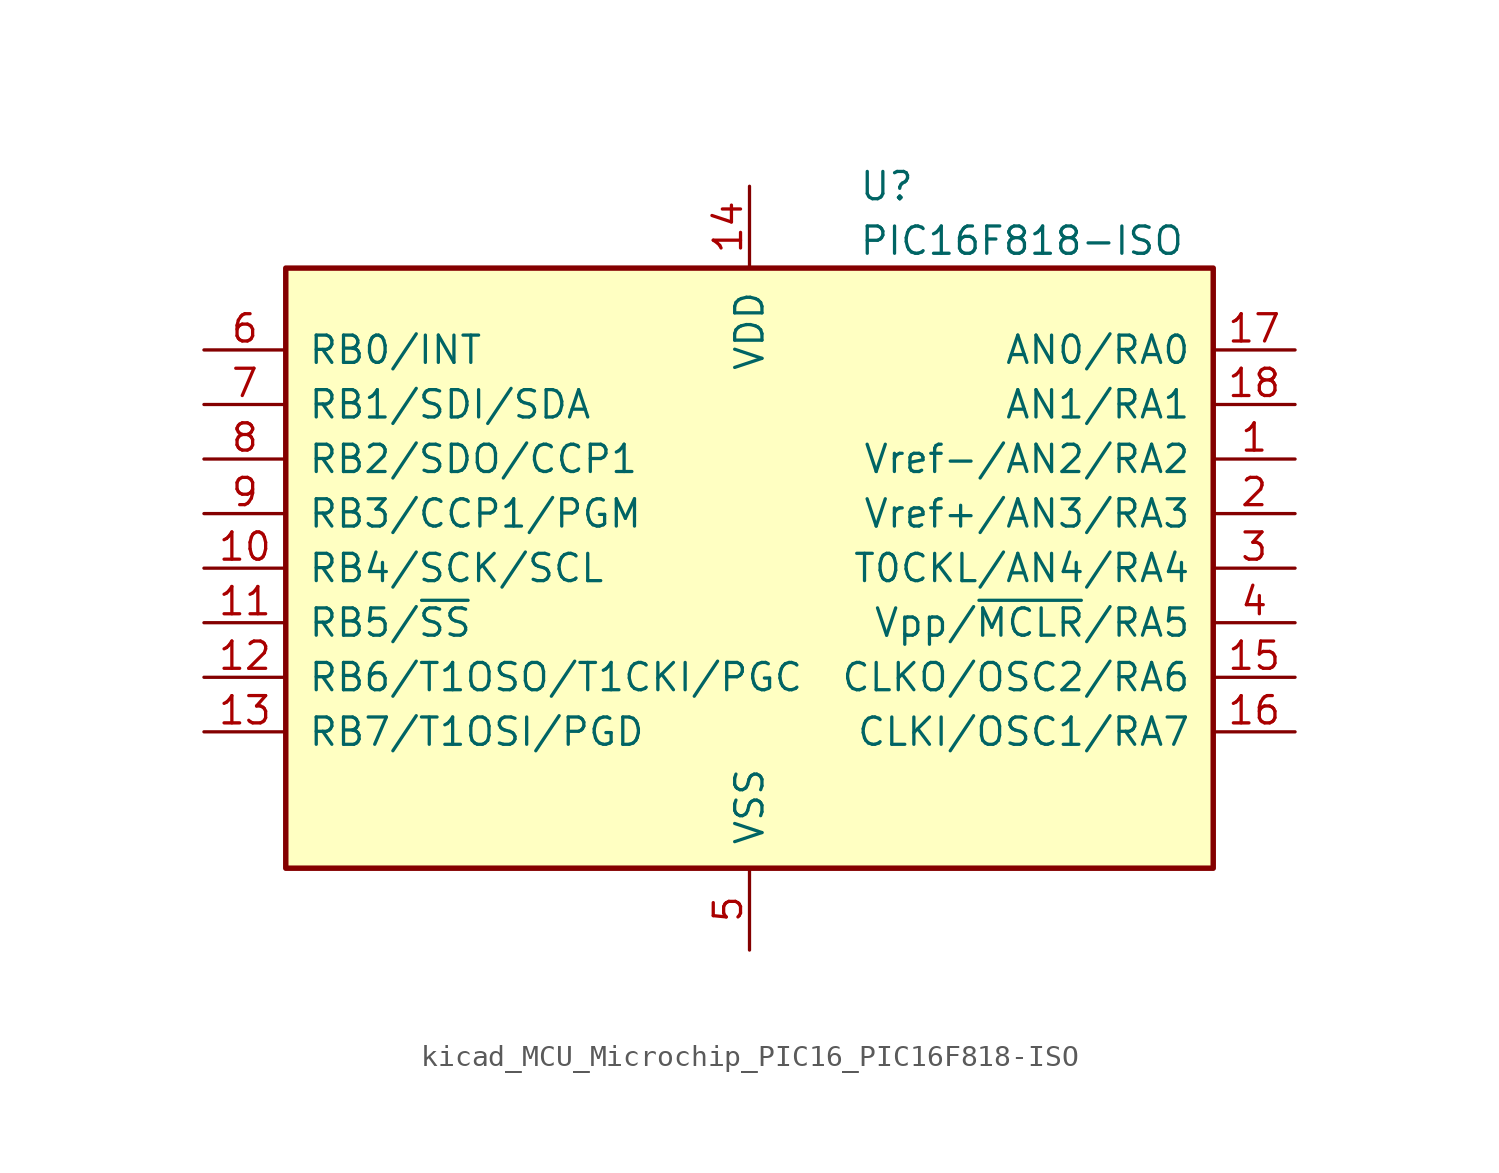
<source format=kicad_sym>
(kicad_symbol_lib
  (version 20220914)
  (generator kicad_symbol_editor)
  (symbol "kicad_MCU_Microchip_PIC16_PIC16F818-ISO"
    (pin_names
      (offset 1.016))
    (property "Reference" "U"
      (at 5.08 17.78 0)
      (effects (font (size 1.27 1.27)) (justify left)))
    (property "Value" "PIC16F818-ISO"
      (at 5.08 15.24 0)
      (effects (font (size 1.27 1.27)) (justify left)))
    (symbol "kicad_MCU_Microchip_PIC16_PIC16F818-ISO_0_1"
      (rectangle (start -21.59 13.97) (end 21.59 -13.97) (stroke (width 0.254) (type default)) (fill (type background))))
    (symbol "kicad_MCU_Microchip_PIC16_PIC16F818-ISO_1_1"
      (pin bidirectional line (at 25.4 5.08 180) (length 3.81) (name "Vref-/AN2/RA2" (effects (font (size 1.27 1.27)))) (number "1" (effects (font (size 1.27 1.27)))))
      (pin bidirectional line (at -25.4 0 0) (length 3.81) (name "RB4/SCK/SCL" (effects (font (size 1.27 1.27)))) (number "10" (effects (font (size 1.27 1.27)))))
      (pin bidirectional line (at -25.4 -2.54 0) (length 3.81) (name "RB5/~{SS}" (effects (font (size 1.27 1.27)))) (number "11" (effects (font (size 1.27 1.27)))))
      (pin bidirectional line (at -25.4 -5.08 0) (length 3.81) (name "RB6/T1OSO/T1CKI/PGC" (effects (font (size 1.27 1.27)))) (number "12" (effects (font (size 1.27 1.27)))))
      (pin bidirectional line (at -25.4 -7.62 0) (length 3.81) (name "RB7/T1OSI/PGD" (effects (font (size 1.27 1.27)))) (number "13" (effects (font (size 1.27 1.27)))))
      (pin power_in line (at 0 17.78 270) (length 3.81) (name "VDD" (effects (font (size 1.27 1.27)))) (number "14" (effects (font (size 1.27 1.27)))))
      (pin bidirectional line (at 25.4 -5.08 180) (length 3.81) (name "CLKO/OSC2/RA6" (effects (font (size 1.27 1.27)))) (number "15" (effects (font (size 1.27 1.27)))))
      (pin bidirectional line (at 25.4 -7.62 180) (length 3.81) (name "CLKI/OSC1/RA7" (effects (font (size 1.27 1.27)))) (number "16" (effects (font (size 1.27 1.27)))))
      (pin bidirectional line (at 25.4 10.16 180) (length 3.81) (name "AN0/RA0" (effects (font (size 1.27 1.27)))) (number "17" (effects (font (size 1.27 1.27)))))
      (pin bidirectional line (at 25.4 7.62 180) (length 3.81) (name "AN1/RA1" (effects (font (size 1.27 1.27)))) (number "18" (effects (font (size 1.27 1.27)))))
      (pin bidirectional line (at 25.4 2.54 180) (length 3.81) (name "Vref+/AN3/RA3" (effects (font (size 1.27 1.27)))) (number "2" (effects (font (size 1.27 1.27)))))
      (pin bidirectional line (at 25.4 0 180) (length 3.81) (name "T0CKL/AN4/RA4" (effects (font (size 1.27 1.27)))) (number "3" (effects (font (size 1.27 1.27)))))
      (pin input line (at 25.4 -2.54 180) (length 3.81) (name "Vpp/~{MCLR}/RA5" (effects (font (size 1.27 1.27)))) (number "4" (effects (font (size 1.27 1.27)))))
      (pin power_in line (at 0 -17.78 90) (length 3.81) (name "VSS" (effects (font (size 1.27 1.27)))) (number "5" (effects (font (size 1.27 1.27)))))
      (pin bidirectional line (at -25.4 10.16 0) (length 3.81) (name "RB0/INT" (effects (font (size 1.27 1.27)))) (number "6" (effects (font (size 1.27 1.27)))))
      (pin bidirectional line (at -25.4 7.62 0) (length 3.81) (name "RB1/SDI/SDA" (effects (font (size 1.27 1.27)))) (number "7" (effects (font (size 1.27 1.27)))))
      (pin bidirectional line (at -25.4 5.08 0) (length 3.81) (name "RB2/SDO/CCP1" (effects (font (size 1.27 1.27)))) (number "8" (effects (font (size 1.27 1.27)))))
      (pin bidirectional line (at -25.4 2.54 0) (length 3.81) (name "RB3/CCP1/PGM" (effects (font (size 1.27 1.27)))) (number "9" (effects (font (size 1.27 1.27))))))))
</source>
